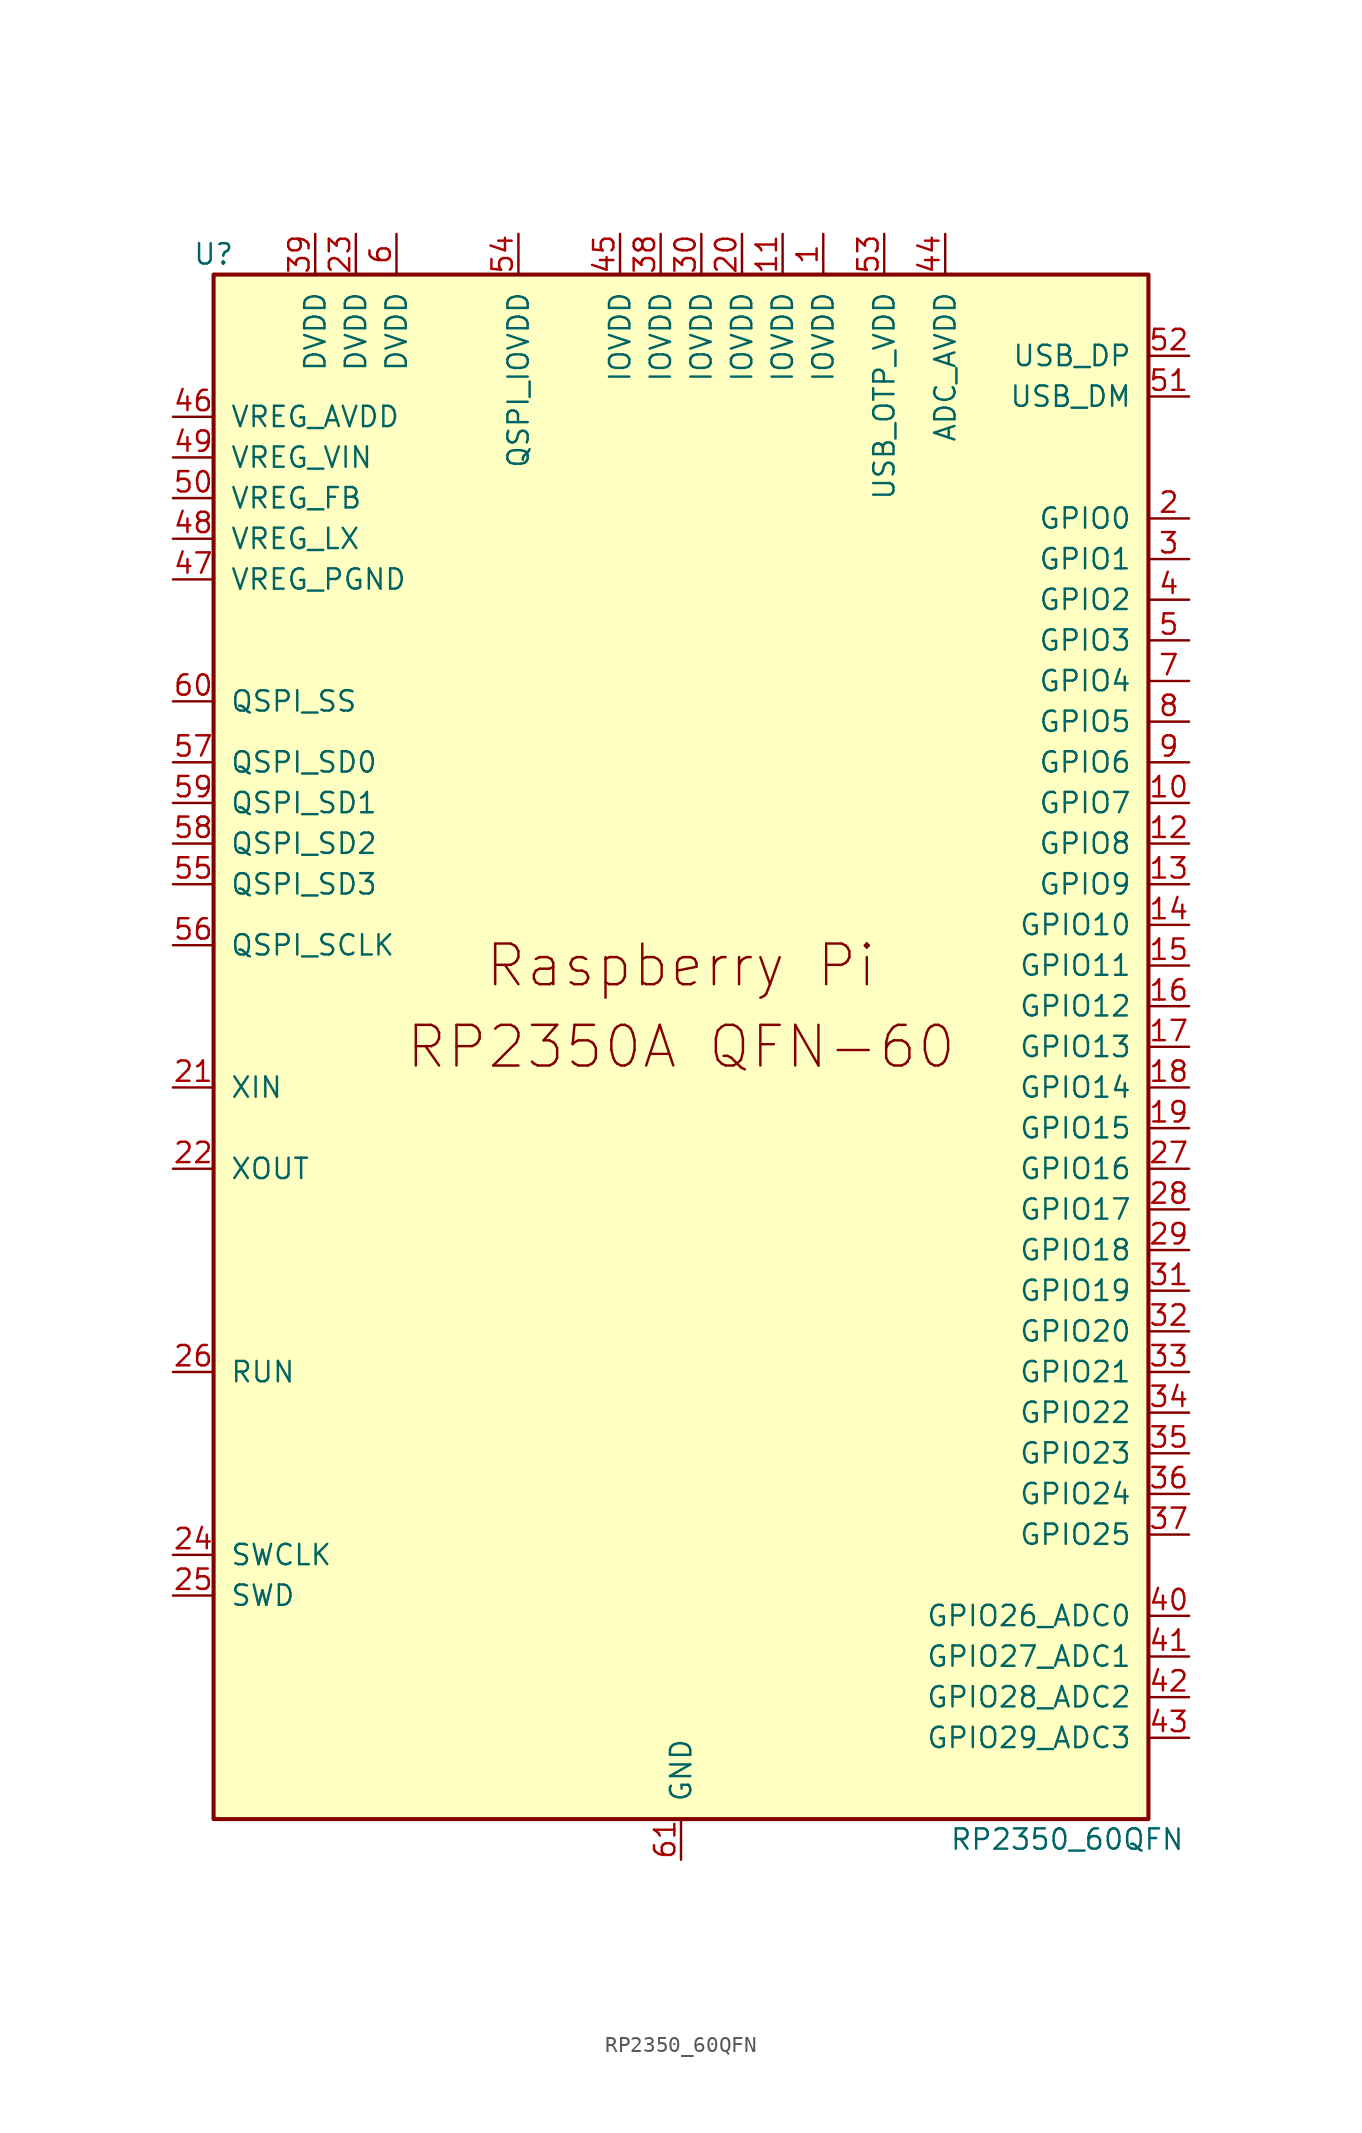
<source format=kicad_sym>
(kicad_symbol_lib
  (version 20241209)
  (generator "kicad_symbol_editor")
  (generator_version "9.0")
  (symbol "RP2350_60QFN"
    (pin_names
      (offset 1.016))
    (property "Reference" "U"
      (at -29.21 49.53 0)
      (effects (font (size 1.27 1.27))))
    (property "Value" "RP2350_60QFN"
      (at 24.13 -49.53 0)
      (effects (font (size 1.27 1.27))))
    (symbol "RP2350_60QFN_0_0"
      (text "Raspberry Pi" (at 0 5.08 0) (effects (font (size 2.54 2.54)))))
    (symbol "RP2350_60QFN_0_1"
      (rectangle (start -29.21 48.26) (end 29.21 -48.26) (stroke (width 0.254) (type default)) (fill (type background))))
    (symbol "RP2350_60QFN_1_0"
      (text "RP2350A QFN-60" (at 0 0 0) (effects (font (size 2.54 2.54)))))
    (symbol "RP2350_60QFN_1_1"
      (pin power_in line (at -31.75 39.37 0) (length 2.54) (name "VREG_AVDD" (effects (font (size 1.27 1.27)))) (number "46" (effects (font (size 1.27 1.27)))))
      (pin power_in line (at -31.75 36.83 0) (length 2.54) (name "VREG_VIN" (effects (font (size 1.27 1.27)))) (number "49" (effects (font (size 1.27 1.27)))))
      (pin input line (at -31.75 34.29 0) (length 2.54) (name "VREG_FB" (effects (font (size 1.27 1.27)))) (number "50" (effects (font (size 1.27 1.27)))))
      (pin power_out line (at -31.75 31.75 0) (length 2.54) (name "VREG_LX" (effects (font (size 1.27 1.27)))) (number "48" (effects (font (size 1.27 1.27)))))
      (pin power_in line (at -31.75 29.21 0) (length 2.54) (name "VREG_PGND" (effects (font (size 1.27 1.27)))) (number "47" (effects (font (size 1.27 1.27)))))
      (pin bidirectional line (at -31.75 21.59 0) (length 2.54) (name "QSPI_SS" (effects (font (size 1.27 1.27)))) (number "60" (effects (font (size 1.27 1.27)))))
      (pin bidirectional line (at -31.75 17.78 0) (length 2.54) (name "QSPI_SD0" (effects (font (size 1.27 1.27)))) (number "57" (effects (font (size 1.27 1.27)))))
      (pin bidirectional line (at -31.75 15.24 0) (length 2.54) (name "QSPI_SD1" (effects (font (size 1.27 1.27)))) (number "59" (effects (font (size 1.27 1.27)))))
      (pin bidirectional line (at -31.75 12.7 0) (length 2.54) (name "QSPI_SD2" (effects (font (size 1.27 1.27)))) (number "58" (effects (font (size 1.27 1.27)))))
      (pin bidirectional line (at -31.75 10.16 0) (length 2.54) (name "QSPI_SD3" (effects (font (size 1.27 1.27)))) (number "55" (effects (font (size 1.27 1.27)))))
      (pin output line (at -31.75 6.35 0) (length 2.54) (name "QSPI_SCLK" (effects (font (size 1.27 1.27)))) (number "56" (effects (font (size 1.27 1.27)))))
      (pin input line (at -31.75 -2.54 0) (length 2.54) (name "XIN" (effects (font (size 1.27 1.27)))) (number "21" (effects (font (size 1.27 1.27)))))
      (pin passive line (at -31.75 -7.62 0) (length 2.54) (name "XOUT" (effects (font (size 1.27 1.27)))) (number "22" (effects (font (size 1.27 1.27)))))
      (pin input line (at -31.75 -20.32 0) (length 2.54) (name "RUN" (effects (font (size 1.27 1.27)))) (number "26" (effects (font (size 1.27 1.27)))))
      (pin output line (at -31.75 -31.75 0) (length 2.54) (name "SWCLK" (effects (font (size 1.27 1.27)))) (number "24" (effects (font (size 1.27 1.27)))))
      (pin bidirectional line (at -31.75 -34.29 0) (length 2.54) (name "SWD" (effects (font (size 1.27 1.27)))) (number "25" (effects (font (size 1.27 1.27)))))
      (pin power_in line (at -22.86 50.8 270) (length 2.54) (name "DVDD" (effects (font (size 1.27 1.27)))) (number "39" (effects (font (size 1.27 1.27)))))
      (pin power_in line (at -20.32 50.8 270) (length 2.54) (name "DVDD" (effects (font (size 1.27 1.27)))) (number "23" (effects (font (size 1.27 1.27)))))
      (pin power_in line (at -17.78 50.8 270) (length 2.54) (name "DVDD" (effects (font (size 1.27 1.27)))) (number "6" (effects (font (size 1.27 1.27)))))
      (pin power_in line (at -10.16 50.8 270) (length 2.54) (name "QSPI_IOVDD" (effects (font (size 1.27 1.27)))) (number "54" (effects (font (size 1.27 1.27)))))
      (pin power_in line (at -3.81 50.8 270) (length 2.54) (name "IOVDD" (effects (font (size 1.27 1.27)))) (number "45" (effects (font (size 1.27 1.27)))))
      (pin power_in line (at -1.27 50.8 270) (length 2.54) (name "IOVDD" (effects (font (size 1.27 1.27)))) (number "38" (effects (font (size 1.27 1.27)))))
      (pin power_in line (at 0 -50.8 90) (length 2.54) (name "GND" (effects (font (size 1.27 1.27)))) (number "61" (effects (font (size 1.27 1.27)))))
      (pin power_in line (at 1.27 50.8 270) (length 2.54) (name "IOVDD" (effects (font (size 1.27 1.27)))) (number "30" (effects (font (size 1.27 1.27)))))
      (pin power_in line (at 3.81 50.8 270) (length 2.54) (name "IOVDD" (effects (font (size 1.27 1.27)))) (number "20" (effects (font (size 1.27 1.27)))))
      (pin power_in line (at 6.35 50.8 270) (length 2.54) (name "IOVDD" (effects (font (size 1.27 1.27)))) (number "11" (effects (font (size 1.27 1.27)))))
      (pin power_in line (at 8.89 50.8 270) (length 2.54) (name "IOVDD" (effects (font (size 1.27 1.27)))) (number "1" (effects (font (size 1.27 1.27)))))
      (pin power_in line (at 12.7 50.8 270) (length 2.54) (name "USB_OTP_VDD" (effects (font (size 1.27 1.27)))) (number "53" (effects (font (size 1.27 1.27)))))
      (pin power_in line (at 16.51 50.8 270) (length 2.54) (name "ADC_AVDD" (effects (font (size 1.27 1.27)))) (number "44" (effects (font (size 1.27 1.27)))))
      (pin bidirectional line (at 31.75 43.18 180) (length 2.54) (name "USB_DP" (effects (font (size 1.27 1.27)))) (number "52" (effects (font (size 1.27 1.27)))))
      (pin bidirectional line (at 31.75 40.64 180) (length 2.54) (name "USB_DM" (effects (font (size 1.27 1.27)))) (number "51" (effects (font (size 1.27 1.27)))))
      (pin bidirectional line (at 31.75 33.02 180) (length 2.54) (name "GPIO0" (effects (font (size 1.27 1.27)))) (number "2" (effects (font (size 1.27 1.27)))))
      (pin bidirectional line (at 31.75 30.48 180) (length 2.54) (name "GPIO1" (effects (font (size 1.27 1.27)))) (number "3" (effects (font (size 1.27 1.27)))))
      (pin bidirectional line (at 31.75 27.94 180) (length 2.54) (name "GPIO2" (effects (font (size 1.27 1.27)))) (number "4" (effects (font (size 1.27 1.27)))))
      (pin bidirectional line (at 31.75 25.4 180) (length 2.54) (name "GPIO3" (effects (font (size 1.27 1.27)))) (number "5" (effects (font (size 1.27 1.27)))))
      (pin bidirectional line (at 31.75 22.86 180) (length 2.54) (name "GPIO4" (effects (font (size 1.27 1.27)))) (number "7" (effects (font (size 1.27 1.27)))))
      (pin bidirectional line (at 31.75 20.32 180) (length 2.54) (name "GPIO5" (effects (font (size 1.27 1.27)))) (number "8" (effects (font (size 1.27 1.27)))))
      (pin bidirectional line (at 31.75 17.78 180) (length 2.54) (name "GPIO6" (effects (font (size 1.27 1.27)))) (number "9" (effects (font (size 1.27 1.27)))))
      (pin bidirectional line (at 31.75 15.24 180) (length 2.54) (name "GPIO7" (effects (font (size 1.27 1.27)))) (number "10" (effects (font (size 1.27 1.27)))))
      (pin bidirectional line (at 31.75 12.7 180) (length 2.54) (name "GPIO8" (effects (font (size 1.27 1.27)))) (number "12" (effects (font (size 1.27 1.27)))))
      (pin bidirectional line (at 31.75 10.16 180) (length 2.54) (name "GPIO9" (effects (font (size 1.27 1.27)))) (number "13" (effects (font (size 1.27 1.27)))))
      (pin bidirectional line (at 31.75 7.62 180) (length 2.54) (name "GPIO10" (effects (font (size 1.27 1.27)))) (number "14" (effects (font (size 1.27 1.27)))))
      (pin bidirectional line (at 31.75 5.08 180) (length 2.54) (name "GPIO11" (effects (font (size 1.27 1.27)))) (number "15" (effects (font (size 1.27 1.27)))))
      (pin bidirectional line (at 31.75 2.54 180) (length 2.54) (name "GPIO12" (effects (font (size 1.27 1.27)))) (number "16" (effects (font (size 1.27 1.27)))))
      (pin bidirectional line (at 31.75 0 180) (length 2.54) (name "GPIO13" (effects (font (size 1.27 1.27)))) (number "17" (effects (font (size 1.27 1.27)))))
      (pin bidirectional line (at 31.75 -2.54 180) (length 2.54) (name "GPIO14" (effects (font (size 1.27 1.27)))) (number "18" (effects (font (size 1.27 1.27)))))
      (pin bidirectional line (at 31.75 -5.08 180) (length 2.54) (name "GPIO15" (effects (font (size 1.27 1.27)))) (number "19" (effects (font (size 1.27 1.27)))))
      (pin bidirectional line (at 31.75 -7.62 180) (length 2.54) (name "GPIO16" (effects (font (size 1.27 1.27)))) (number "27" (effects (font (size 1.27 1.27)))))
      (pin bidirectional line (at 31.75 -10.16 180) (length 2.54) (name "GPIO17" (effects (font (size 1.27 1.27)))) (number "28" (effects (font (size 1.27 1.27)))))
      (pin bidirectional line (at 31.75 -12.7 180) (length 2.54) (name "GPIO18" (effects (font (size 1.27 1.27)))) (number "29" (effects (font (size 1.27 1.27)))))
      (pin bidirectional line (at 31.75 -15.24 180) (length 2.54) (name "GPIO19" (effects (font (size 1.27 1.27)))) (number "31" (effects (font (size 1.27 1.27)))))
      (pin bidirectional line (at 31.75 -17.78 180) (length 2.54) (name "GPIO20" (effects (font (size 1.27 1.27)))) (number "32" (effects (font (size 1.27 1.27)))))
      (pin bidirectional line (at 31.75 -20.32 180) (length 2.54) (name "GPIO21" (effects (font (size 1.27 1.27)))) (number "33" (effects (font (size 1.27 1.27)))))
      (pin bidirectional line (at 31.75 -22.86 180) (length 2.54) (name "GPIO22" (effects (font (size 1.27 1.27)))) (number "34" (effects (font (size 1.27 1.27)))))
      (pin bidirectional line (at 31.75 -25.4 180) (length 2.54) (name "GPIO23" (effects (font (size 1.27 1.27)))) (number "35" (effects (font (size 1.27 1.27)))))
      (pin bidirectional line (at 31.75 -27.94 180) (length 2.54) (name "GPIO24" (effects (font (size 1.27 1.27)))) (number "36" (effects (font (size 1.27 1.27)))))
      (pin bidirectional line (at 31.75 -30.48 180) (length 2.54) (name "GPIO25" (effects (font (size 1.27 1.27)))) (number "37" (effects (font (size 1.27 1.27)))))
      (pin bidirectional line (at 31.75 -35.56 180) (length 2.54) (name "GPIO26_ADC0" (effects (font (size 1.27 1.27)))) (number "40" (effects (font (size 1.27 1.27)))))
      (pin bidirectional line (at 31.75 -38.1 180) (length 2.54) (name "GPIO27_ADC1" (effects (font (size 1.27 1.27)))) (number "41" (effects (font (size 1.27 1.27)))))
      (pin bidirectional line (at 31.75 -40.64 180) (length 2.54) (name "GPIO28_ADC2" (effects (font (size 1.27 1.27)))) (number "42" (effects (font (size 1.27 1.27)))))
      (pin bidirectional line (at 31.75 -43.18 180) (length 2.54) (name "GPIO29_ADC3" (effects (font (size 1.27 1.27)))) (number "43" (effects (font (size 1.27 1.27))))))))
</source>
